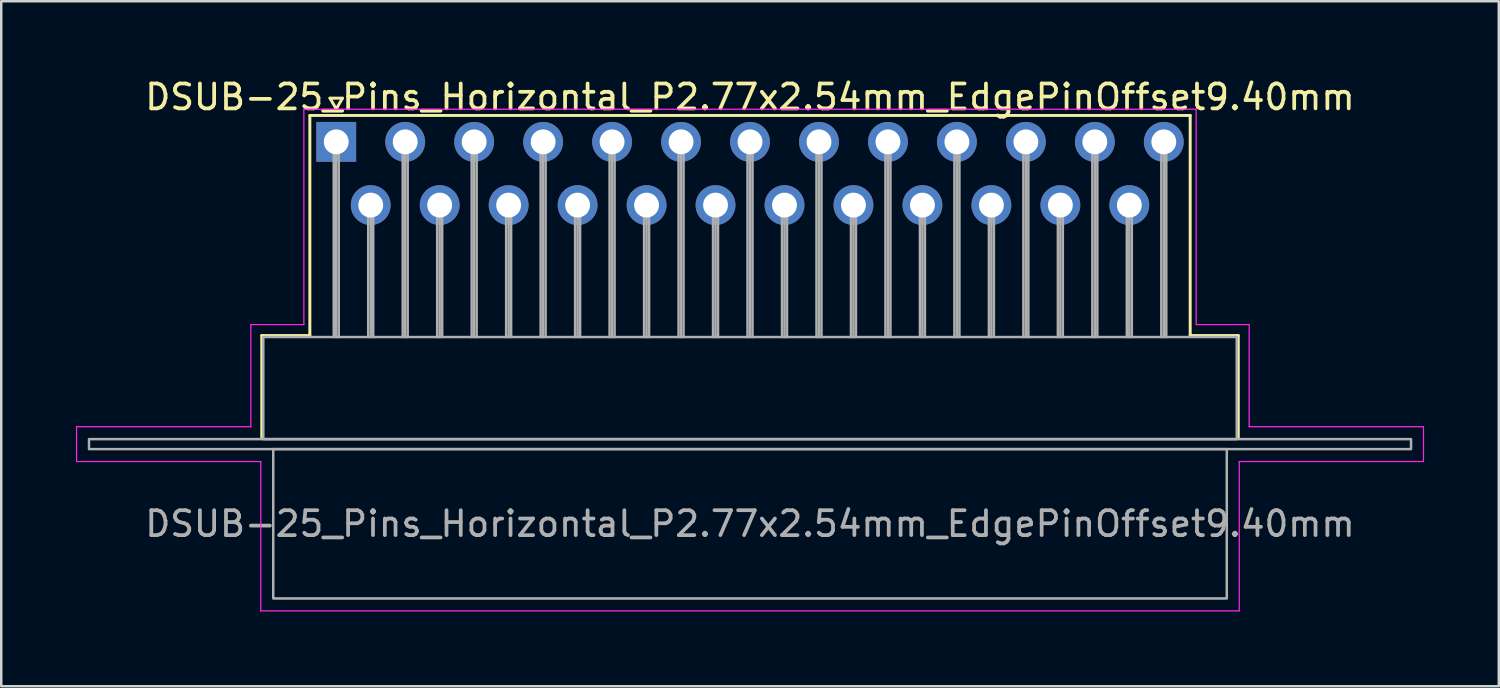
<source format=kicad_pcb>
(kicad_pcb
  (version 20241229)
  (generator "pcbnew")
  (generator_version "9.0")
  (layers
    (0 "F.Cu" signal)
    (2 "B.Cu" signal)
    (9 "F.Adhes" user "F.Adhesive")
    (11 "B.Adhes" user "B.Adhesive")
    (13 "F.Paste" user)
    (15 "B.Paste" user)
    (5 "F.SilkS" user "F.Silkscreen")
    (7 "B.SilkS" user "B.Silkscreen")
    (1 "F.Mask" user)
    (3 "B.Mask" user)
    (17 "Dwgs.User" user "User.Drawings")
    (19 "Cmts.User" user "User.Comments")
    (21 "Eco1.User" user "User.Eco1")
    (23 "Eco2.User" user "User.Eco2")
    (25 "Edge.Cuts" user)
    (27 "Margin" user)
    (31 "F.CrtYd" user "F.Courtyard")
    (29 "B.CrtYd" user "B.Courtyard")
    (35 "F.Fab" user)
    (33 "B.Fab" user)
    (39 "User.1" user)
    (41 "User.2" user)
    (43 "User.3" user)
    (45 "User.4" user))
  (footprint "DSUB-25_Pins_Horizontal_P2.77x2.54mm_EdgePinOffset9.40mm"
    (layer "F.Cu")
    (at 10.455 2.648)
    (property "Reference" "DSUB-25_Pins_Horizontal_P2.77x2.54mm_EdgePinOffset9.40mm" (at 16.62 -1.8 0) (layer "F.SilkS") (effects (font (size 1 1) (thickness 0.15))))
    (attr through_hole)
    (fp_line (start -2.99 7.78) (end -1.06 7.78) (stroke (width 0.12) (type solid)) (layer "F.SilkS"))
    (fp_line (start -2.99 11.88) (end -2.99 7.78) (stroke (width 0.12) (type solid)) (layer "F.SilkS"))
    (fp_line (start -1.06 -1.06) (end 34.3 -1.06) (stroke (width 0.12) (type solid)) (layer "F.SilkS"))
    (fp_line (start -1.06 7.78) (end -1.06 -1.06) (stroke (width 0.12) (type solid)) (layer "F.SilkS"))
    (fp_line (start -0.25 -1.754) (end 0.25 -1.754) (stroke (width 0.12) (type solid)) (layer "F.SilkS"))
    (fp_line (start 0 -1.321) (end -0.25 -1.754) (stroke (width 0.12) (type solid)) (layer "F.SilkS"))
    (fp_line (start 0.25 -1.754) (end 0 -1.321) (stroke (width 0.12) (type solid)) (layer "F.SilkS"))
    (fp_line (start 34.3 -1.06) (end 34.3 7.78) (stroke (width 0.12) (type solid)) (layer "F.SilkS"))
    (fp_line (start 34.3 7.78) (end 36.23 7.78) (stroke (width 0.12) (type solid)) (layer "F.SilkS"))
    (fp_line (start 36.23 7.78) (end 36.23 11.88) (stroke (width 0.12) (type solid)) (layer "F.SilkS"))
    (fp_line (start -10.43 11.44) (end -3.43 11.44) (stroke (width 0.05) (type solid)) (layer "F.CrtYd"))
    (fp_line (start -10.43 12.84) (end -10.43 11.44) (stroke (width 0.05) (type solid)) (layer "F.CrtYd"))
    (fp_line (start -3.43 7.34) (end -1.3 7.34) (stroke (width 0.05) (type solid)) (layer "F.CrtYd"))
    (fp_line (start -3.43 11.44) (end -3.43 7.34) (stroke (width 0.05) (type solid)) (layer "F.CrtYd"))
    (fp_line (start -3.03 12.84) (end -10.43 12.84) (stroke (width 0.05) (type solid)) (layer "F.CrtYd"))
    (fp_line (start -3.03 18.84) (end -3.03 12.84) (stroke (width 0.05) (type solid)) (layer "F.CrtYd"))
    (fp_line (start -1.3 -1.31) (end 34.54 -1.31) (stroke (width 0.05) (type solid)) (layer "F.CrtYd"))
    (fp_line (start -1.3 7.34) (end -1.3 -1.31) (stroke (width 0.05) (type solid)) (layer "F.CrtYd"))
    (fp_line (start 34.54 -1.31) (end 34.54 7.34) (stroke (width 0.05) (type solid)) (layer "F.CrtYd"))
    (fp_line (start 34.54 7.34) (end 36.67 7.34) (stroke (width 0.05) (type solid)) (layer "F.CrtYd"))
    (fp_line (start 36.27 12.84) (end 36.27 18.84) (stroke (width 0.05) (type solid)) (layer "F.CrtYd"))
    (fp_line (start 36.27 18.84) (end -3.03 18.84) (stroke (width 0.05) (type solid)) (layer "F.CrtYd"))
    (fp_line (start 36.67 7.34) (end 36.67 11.44) (stroke (width 0.05) (type solid)) (layer "F.CrtYd"))
    (fp_line (start 36.67 11.44) (end 43.67 11.44) (stroke (width 0.05) (type solid)) (layer "F.CrtYd"))
    (fp_line (start 43.67 11.44) (end 43.67 12.84) (stroke (width 0.05) (type solid)) (layer "F.CrtYd"))
    (fp_line (start 43.67 12.84) (end 36.27 12.84) (stroke (width 0.05) (type solid)) (layer "F.CrtYd"))
    (fp_line (start -0.1 0) (end -0.1 7.84) (stroke (width 0.1) (type solid)) (layer "F.Fab"))
    (fp_line (start 0 0) (end 0 7.84) (stroke (width 0.1) (type solid)) (layer "F.Fab"))
    (fp_line (start 0.1 0) (end 0.1 7.84) (stroke (width 0.1) (type solid)) (layer "F.Fab"))
    (fp_line (start 1.285 2.54) (end 1.285 7.84) (stroke (width 0.1) (type solid)) (layer "F.Fab"))
    (fp_line (start 1.385 2.54) (end 1.385 7.84) (stroke (width 0.1) (type solid)) (layer "F.Fab"))
    (fp_line (start 1.485 2.54) (end 1.485 7.84) (stroke (width 0.1) (type solid)) (layer "F.Fab"))
    (fp_line (start 2.67 0) (end 2.67 7.84) (stroke (width 0.1) (type solid)) (layer "F.Fab"))
    (fp_line (start 2.77 0) (end 2.77 7.84) (stroke (width 0.1) (type solid)) (layer "F.Fab"))
    (fp_line (start 2.87 0) (end 2.87 7.84) (stroke (width 0.1) (type solid)) (layer "F.Fab"))
    (fp_line (start 4.055 2.54) (end 4.055 7.84) (stroke (width 0.1) (type solid)) (layer "F.Fab"))
    (fp_line (start 4.155 2.54) (end 4.155 7.84) (stroke (width 0.1) (type solid)) (layer "F.Fab"))
    (fp_line (start 4.255 2.54) (end 4.255 7.84) (stroke (width 0.1) (type solid)) (layer "F.Fab"))
    (fp_line (start 5.44 0) (end 5.44 7.84) (stroke (width 0.1) (type solid)) (layer "F.Fab"))
    (fp_line (start 5.54 0) (end 5.54 7.84) (stroke (width 0.1) (type solid)) (layer "F.Fab"))
    (fp_line (start 5.64 0) (end 5.64 7.84) (stroke (width 0.1) (type solid)) (layer "F.Fab"))
    (fp_line (start 6.825 2.54) (end 6.825 7.84) (stroke (width 0.1) (type solid)) (layer "F.Fab"))
    (fp_line (start 6.925 2.54) (end 6.925 7.84) (stroke (width 0.1) (type solid)) (layer "F.Fab"))
    (fp_line (start 7.025 2.54) (end 7.025 7.84) (stroke (width 0.1) (type solid)) (layer "F.Fab"))
    (fp_line (start 8.21 0) (end 8.21 7.84) (stroke (width 0.1) (type solid)) (layer "F.Fab"))
    (fp_line (start 8.31 0) (end 8.31 7.84) (stroke (width 0.1) (type solid)) (layer "F.Fab"))
    (fp_line (start 8.41 0) (end 8.41 7.84) (stroke (width 0.1) (type solid)) (layer "F.Fab"))
    (fp_line (start 9.595 2.54) (end 9.595 7.84) (stroke (width 0.1) (type solid)) (layer "F.Fab"))
    (fp_line (start 9.695 2.54) (end 9.695 7.84) (stroke (width 0.1) (type solid)) (layer "F.Fab"))
    (fp_line (start 9.795 2.54) (end 9.795 7.84) (stroke (width 0.1) (type solid)) (layer "F.Fab"))
    (fp_line (start 10.98 0) (end 10.98 7.84) (stroke (width 0.1) (type solid)) (layer "F.Fab"))
    (fp_line (start 11.08 0) (end 11.08 7.84) (stroke (width 0.1) (type solid)) (layer "F.Fab"))
    (fp_line (start 11.18 0) (end 11.18 7.84) (stroke (width 0.1) (type solid)) (layer "F.Fab"))
    (fp_line (start 12.365 2.54) (end 12.365 7.84) (stroke (width 0.1) (type solid)) (layer "F.Fab"))
    (fp_line (start 12.465 2.54) (end 12.465 7.84) (stroke (width 0.1) (type solid)) (layer "F.Fab"))
    (fp_line (start 12.565 2.54) (end 12.565 7.84) (stroke (width 0.1) (type solid)) (layer "F.Fab"))
    (fp_line (start 13.75 0) (end 13.75 7.84) (stroke (width 0.1) (type solid)) (layer "F.Fab"))
    (fp_line (start 13.85 0) (end 13.85 7.84) (stroke (width 0.1) (type solid)) (layer "F.Fab"))
    (fp_line (start 13.95 0) (end 13.95 7.84) (stroke (width 0.1) (type solid)) (layer "F.Fab"))
    (fp_line (start 15.135 2.54) (end 15.135 7.84) (stroke (width 0.1) (type solid)) (layer "F.Fab"))
    (fp_line (start 15.235 2.54) (end 15.235 7.84) (stroke (width 0.1) (type solid)) (layer "F.Fab"))
    (fp_line (start 15.335 2.54) (end 15.335 7.84) (stroke (width 0.1) (type solid)) (layer "F.Fab"))
    (fp_line (start 16.52 0) (end 16.52 7.84) (stroke (width 0.1) (type solid)) (layer "F.Fab"))
    (fp_line (start 16.62 0) (end 16.62 7.84) (stroke (width 0.1) (type solid)) (layer "F.Fab"))
    (fp_line (start 16.72 0) (end 16.72 7.84) (stroke (width 0.1) (type solid)) (layer "F.Fab"))
    (fp_line (start 17.905 2.54) (end 17.905 7.84) (stroke (width 0.1) (type solid)) (layer "F.Fab"))
    (fp_line (start 18.005 2.54) (end 18.005 7.84) (stroke (width 0.1) (type solid)) (layer "F.Fab"))
    (fp_line (start 18.105 2.54) (end 18.105 7.84) (stroke (width 0.1) (type solid)) (layer "F.Fab"))
    (fp_line (start 19.29 0) (end 19.29 7.84) (stroke (width 0.1) (type solid)) (layer "F.Fab"))
    (fp_line (start 19.39 0) (end 19.39 7.84) (stroke (width 0.1) (type solid)) (layer "F.Fab"))
    (fp_line (start 19.49 0) (end 19.49 7.84) (stroke (width 0.1) (type solid)) (layer "F.Fab"))
    (fp_line (start 20.675 2.54) (end 20.675 7.84) (stroke (width 0.1) (type solid)) (layer "F.Fab"))
    (fp_line (start 20.775 2.54) (end 20.775 7.84) (stroke (width 0.1) (type solid)) (layer "F.Fab"))
    (fp_line (start 20.875 2.54) (end 20.875 7.84) (stroke (width 0.1) (type solid)) (layer "F.Fab"))
    (fp_line (start 22.06 0) (end 22.06 7.84) (stroke (width 0.1) (type solid)) (layer "F.Fab"))
    (fp_line (start 22.16 0) (end 22.16 7.84) (stroke (width 0.1) (type solid)) (layer "F.Fab"))
    (fp_line (start 22.26 0) (end 22.26 7.84) (stroke (width 0.1) (type solid)) (layer "F.Fab"))
    (fp_line (start 23.445 2.54) (end 23.445 7.84) (stroke (width 0.1) (type solid)) (layer "F.Fab"))
    (fp_line (start 23.545 2.54) (end 23.545 7.84) (stroke (width 0.1) (type solid)) (layer "F.Fab"))
    (fp_line (start 23.645 2.54) (end 23.645 7.84) (stroke (width 0.1) (type solid)) (layer "F.Fab"))
    (fp_line (start 24.83 0) (end 24.83 7.84) (stroke (width 0.1) (type solid)) (layer "F.Fab"))
    (fp_line (start 24.93 0) (end 24.93 7.84) (stroke (width 0.1) (type solid)) (layer "F.Fab"))
    (fp_line (start 25.03 0) (end 25.03 7.84) (stroke (width 0.1) (type solid)) (layer "F.Fab"))
    (fp_line (start 26.215 2.54) (end 26.215 7.84) (stroke (width 0.1) (type solid)) (layer "F.Fab"))
    (fp_line (start 26.315 2.54) (end 26.315 7.84) (stroke (width 0.1) (type solid)) (layer "F.Fab"))
    (fp_line (start 26.415 2.54) (end 26.415 7.84) (stroke (width 0.1) (type solid)) (layer "F.Fab"))
    (fp_line (start 27.6 0) (end 27.6 7.84) (stroke (width 0.1) (type solid)) (layer "F.Fab"))
    (fp_line (start 27.7 0) (end 27.7 7.84) (stroke (width 0.1) (type solid)) (layer "F.Fab"))
    (fp_line (start 27.8 0) (end 27.8 7.84) (stroke (width 0.1) (type solid)) (layer "F.Fab"))
    (fp_line (start 28.985 2.54) (end 28.985 7.84) (stroke (width 0.1) (type solid)) (layer "F.Fab"))
    (fp_line (start 29.085 2.54) (end 29.085 7.84) (stroke (width 0.1) (type solid)) (layer "F.Fab"))
    (fp_line (start 29.185 2.54) (end 29.185 7.84) (stroke (width 0.1) (type solid)) (layer "F.Fab"))
    (fp_line (start 30.37 0) (end 30.37 7.84) (stroke (width 0.1) (type solid)) (layer "F.Fab"))
    (fp_line (start 30.47 0) (end 30.47 7.84) (stroke (width 0.1) (type solid)) (layer "F.Fab"))
    (fp_line (start 30.57 0) (end 30.57 7.84) (stroke (width 0.1) (type solid)) (layer "F.Fab"))
    (fp_line (start 31.755 2.54) (end 31.755 7.84) (stroke (width 0.1) (type solid)) (layer "F.Fab"))
    (fp_line (start 31.855 2.54) (end 31.855 7.84) (stroke (width 0.1) (type solid)) (layer "F.Fab"))
    (fp_line (start 31.955 2.54) (end 31.955 7.84) (stroke (width 0.1) (type solid)) (layer "F.Fab"))
    (fp_line (start 33.14 0) (end 33.14 7.84) (stroke (width 0.1) (type solid)) (layer "F.Fab"))
    (fp_line (start 33.24 0) (end 33.24 7.84) (stroke (width 0.1) (type solid)) (layer "F.Fab"))
    (fp_line (start 33.34 0) (end 33.34 7.84) (stroke (width 0.1) (type solid)) (layer "F.Fab"))
    (fp_rect (start -9.93 11.94) (end 43.17 12.34) (stroke (width 0.1) (type solid)) (fill no) (layer "F.Fab"))
    (fp_rect (start -2.93 7.84) (end 36.17 11.94) (stroke (width 0.1) (type solid)) (fill no) (layer "F.Fab"))
    (fp_rect (start -2.53 12.34) (end 35.77 18.34) (stroke (width 0.1) (type solid)) (fill no) (layer "F.Fab"))
    (fp_text user "${REFERENCE}" (at 16.62 15.34 0) (layer "F.Fab") (effects (font (size 1 1) (thickness 0.15))))
    (pad "1" thru_hole rect (at 0 0) (size 1.6 1.6) (drill 1) (layers "*.Cu" "*.Mask"))
    (pad "2" thru_hole circle (at 2.77 0) (size 1.6 1.6) (drill 1) (layers "*.Cu" "*.Mask"))
    (pad "3" thru_hole circle (at 5.54 0) (size 1.6 1.6) (drill 1) (layers "*.Cu" "*.Mask"))
    (pad "4" thru_hole circle (at 8.31 0) (size 1.6 1.6) (drill 1) (layers "*.Cu" "*.Mask"))
    (pad "5" thru_hole circle (at 11.08 0) (size 1.6 1.6) (drill 1) (layers "*.Cu" "*.Mask"))
    (pad "6" thru_hole circle (at 13.85 0) (size 1.6 1.6) (drill 1) (layers "*.Cu" "*.Mask"))
    (pad "7" thru_hole circle (at 16.62 0) (size 1.6 1.6) (drill 1) (layers "*.Cu" "*.Mask"))
    (pad "8" thru_hole circle (at 19.39 0) (size 1.6 1.6) (drill 1) (layers "*.Cu" "*.Mask"))
    (pad "9" thru_hole circle (at 22.16 0) (size 1.6 1.6) (drill 1) (layers "*.Cu" "*.Mask"))
    (pad "10" thru_hole circle (at 24.93 0) (size 1.6 1.6) (drill 1) (layers "*.Cu" "*.Mask"))
    (pad "11" thru_hole circle (at 27.7 0) (size 1.6 1.6) (drill 1) (layers "*.Cu" "*.Mask"))
    (pad "12" thru_hole circle (at 30.47 0) (size 1.6 1.6) (drill 1) (layers "*.Cu" "*.Mask"))
    (pad "13" thru_hole circle (at 33.24 0) (size 1.6 1.6) (drill 1) (layers "*.Cu" "*.Mask"))
    (pad "14" thru_hole circle (at 1.385 2.54) (size 1.6 1.6) (drill 1) (layers "*.Cu" "*.Mask"))
    (pad "15" thru_hole circle (at 4.155 2.54) (size 1.6 1.6) (drill 1) (layers "*.Cu" "*.Mask"))
    (pad "16" thru_hole circle (at 6.925 2.54) (size 1.6 1.6) (drill 1) (layers "*.Cu" "*.Mask"))
    (pad "17" thru_hole circle (at 9.695 2.54) (size 1.6 1.6) (drill 1) (layers "*.Cu" "*.Mask"))
    (pad "18" thru_hole circle (at 12.465 2.54) (size 1.6 1.6) (drill 1) (layers "*.Cu" "*.Mask"))
    (pad "19" thru_hole circle (at 15.235 2.54) (size 1.6 1.6) (drill 1) (layers "*.Cu" "*.Mask"))
    (pad "20" thru_hole circle (at 18.005 2.54) (size 1.6 1.6) (drill 1) (layers "*.Cu" "*.Mask"))
    (pad "21" thru_hole circle (at 20.775 2.54) (size 1.6 1.6) (drill 1) (layers "*.Cu" "*.Mask"))
    (pad "22" thru_hole circle (at 23.545 2.54) (size 1.6 1.6) (drill 1) (layers "*.Cu" "*.Mask"))
    (pad "23" thru_hole circle (at 26.315 2.54) (size 1.6 1.6) (drill 1) (layers "*.Cu" "*.Mask"))
    (pad "24" thru_hole circle (at 29.085 2.54) (size 1.6 1.6) (drill 1) (layers "*.Cu" "*.Mask"))
    (pad "25" thru_hole circle (at 31.855 2.54) (size 1.6 1.6) (drill 1) (layers "*.Cu" "*.Mask")))
  (gr_rect
    (start -3 -3)
    (end 57.15 24.513)
    (stroke (width 0.1) (type default))
    (fill no)
    (layer "Edge.Cuts")))
</source>
